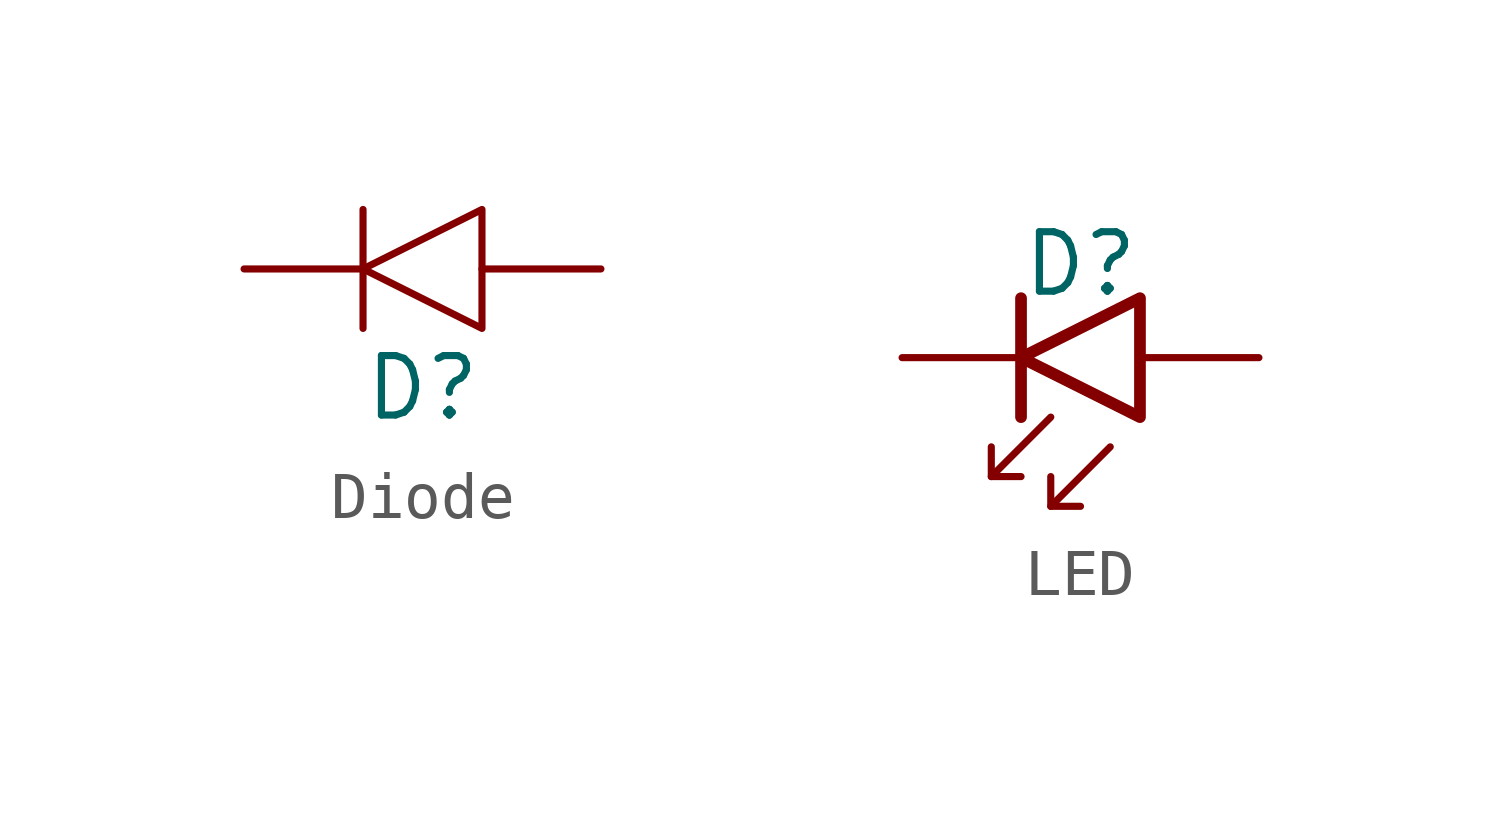
<source format=kicad_sym>
(kicad_symbol_lib
  (version 20241209)
  (generator "kicad_symbol_editor")
  (generator_version "9.0")
  (symbol "Diode"
    (property "Reference" "D"
      (at 0 0 0)
      (effects (font (size 1.27 1.27))))
    (property "Value" ""
      (at 0 0 0)
      (effects (font (size 1.27 1.27))))
    (symbol "Diode_0_1"
      (polyline (pts (xy -1.27 3.81) (xy -1.27 1.27)) (stroke (width 0) (type default)) (fill (type none)))
      (polyline (pts (xy -1.27 2.54) (xy 1.27 3.81) (xy 1.27 1.27) (xy -1.27 2.54)) (stroke (width 0) (type default)) (fill (type none))))
    (symbol "Diode_1_1"
      (pin passive line (at -3.81 2.54 0) (length 2.54) (name "" (effects (font (size 1.27 1.27)))) (number "" (effects (font (size 1.27 1.27)))))
      (pin passive line (at 3.81 2.54 180) (length 2.54) (name "" (effects (font (size 1.27 1.27)))) (number "" (effects (font (size 1.27 1.27)))))))
  (symbol "LED"
    (pin_numbers
      (hide yes))
    (pin_names
      (hide yes))
    (property "Reference" "D"
      (at 0 2 0)
      (effects (font (size 1.27 1.27))))
    (symbol "LED_1_1"
      (polyline (pts (xy -1.27 1.27) (xy -1.27 -1.27)) (stroke (width 0.25) (type solid)) (fill (type none)))
      (polyline (pts (xy -1.27 0) (xy 1.27 1.27) (xy 1.27 -1.27) (xy -1.27 0)) (stroke (width 0.25) (type solid)) (fill (type none)))
      (polyline (pts (xy -1.27 -2.54) (xy -1.905 -2.54) (xy -1.905 -1.905)) (stroke (width 0) (type default)) (fill (type none)))
      (polyline (pts (xy -0.635 -1.27) (xy -1.905 -2.54)) (stroke (width 0) (type default)) (fill (type none)))
      (polyline (pts (xy 0 -3.175) (xy -0.635 -3.175) (xy -0.635 -2.54)) (stroke (width 0) (type default)) (fill (type none)))
      (polyline (pts (xy 0.635 -1.905) (xy -0.635 -3.175)) (stroke (width 0) (type default)) (fill (type none)))
      (pin input line (at -3.81 0 0) (length 2.54) (name "K" (effects (font (size 1.27 1.27)))) (number "1" (effects (font (size 1.27 1.27)))))
      (pin input line (at 3.81 0 180) (length 2.54) (name "A" (effects (font (size 1.27 1.27)))) (number "2" (effects (font (size 1.27 1.27))))))))
</source>
